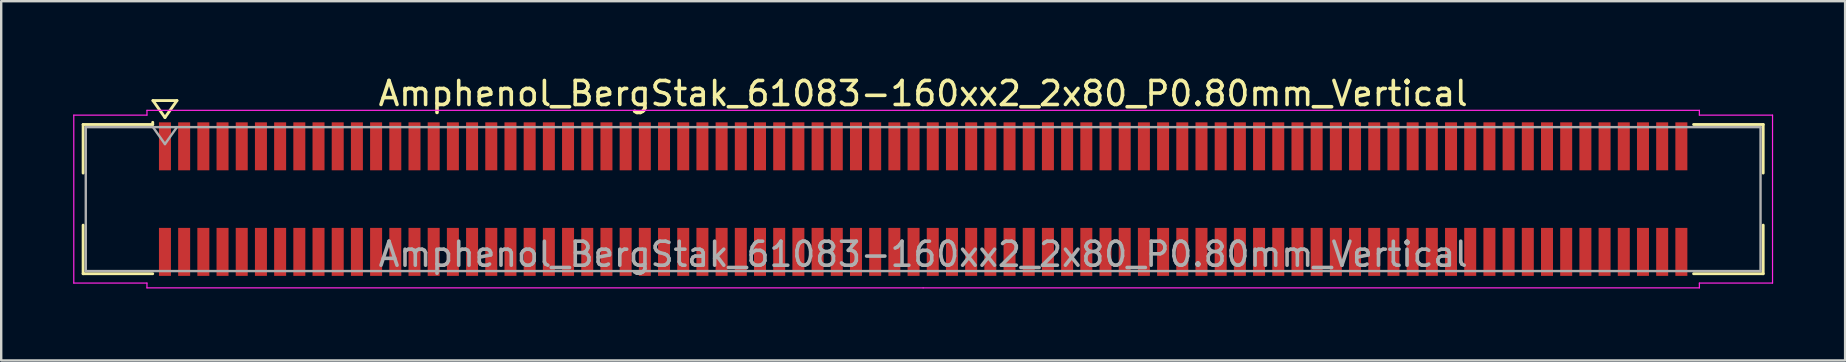
<source format=kicad_pcb>
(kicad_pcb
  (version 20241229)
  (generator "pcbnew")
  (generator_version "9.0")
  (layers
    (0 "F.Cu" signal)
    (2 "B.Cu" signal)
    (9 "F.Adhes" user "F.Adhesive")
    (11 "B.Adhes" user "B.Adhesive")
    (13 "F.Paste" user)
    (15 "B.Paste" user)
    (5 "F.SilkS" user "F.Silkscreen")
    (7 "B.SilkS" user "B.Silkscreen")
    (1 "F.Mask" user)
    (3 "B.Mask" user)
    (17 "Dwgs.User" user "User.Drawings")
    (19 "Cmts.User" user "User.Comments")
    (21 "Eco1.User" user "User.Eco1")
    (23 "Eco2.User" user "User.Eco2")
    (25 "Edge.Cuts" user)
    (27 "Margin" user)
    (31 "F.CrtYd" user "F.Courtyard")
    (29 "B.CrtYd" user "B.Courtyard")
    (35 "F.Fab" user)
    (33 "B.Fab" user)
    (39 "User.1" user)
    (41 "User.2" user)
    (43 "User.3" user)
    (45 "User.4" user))
  (footprint "Amphenol_BergStak_61083-160xx2_2x80_P0.80mm_Vertical"
    (layer "F.Cu")
    (at 35.425 5.248)
    (property "Reference" "Amphenol_BergStak_61083-160xx2_2x80_P0.80mm_Vertical" (at 0 -4.4 0) (layer "F.SilkS") (effects (font (size 1 1) (thickness 0.15))))
    (attr smd)
    (fp_line (start -35.01 -3.11) (end -32.11 -3.11) (stroke (width 0.12) (type solid)) (layer "F.SilkS"))
    (fp_line (start -35.01 -1.085) (end -35.01 -3.11) (stroke (width 0.12) (type solid)) (layer "F.SilkS"))
    (fp_line (start -35.01 1.085) (end -35.01 3.11) (stroke (width 0.12) (type solid)) (layer "F.SilkS"))
    (fp_line (start -35.01 3.11) (end -32.11 3.11) (stroke (width 0.12) (type solid)) (layer "F.SilkS"))
    (fp_line (start -32.11 -3.11) (end -32.11 -3.2) (stroke (width 0.12) (type solid)) (layer "F.SilkS"))
    (fp_line (start -32.1 -4.107) (end -31.6 -3.4) (stroke (width 0.12) (type solid)) (layer "F.SilkS"))
    (fp_line (start -31.6 -3.4) (end -31.1 -4.107) (stroke (width 0.12) (type solid)) (layer "F.SilkS"))
    (fp_line (start -31.1 -4.107) (end -32.1 -4.107) (stroke (width 0.12) (type solid)) (layer "F.SilkS"))
    (fp_line (start 35.01 -3.11) (end 32.11 -3.11) (stroke (width 0.12) (type solid)) (layer "F.SilkS"))
    (fp_line (start 35.01 -1.085) (end 35.01 -3.11) (stroke (width 0.12) (type solid)) (layer "F.SilkS"))
    (fp_line (start 35.01 1.085) (end 35.01 3.11) (stroke (width 0.12) (type solid)) (layer "F.SilkS"))
    (fp_line (start 35.01 3.11) (end 32.11 3.11) (stroke (width 0.12) (type solid)) (layer "F.SilkS"))
    (fp_line (start -35.4 -3.5) (end -35.4 3.5) (stroke (width 0.05) (type solid)) (layer "F.CrtYd"))
    (fp_line (start -35.4 3.5) (end -32.35 3.5) (stroke (width 0.05) (type solid)) (layer "F.CrtYd"))
    (fp_line (start -32.35 -3.7) (end -32.35 -3.5) (stroke (width 0.05) (type solid)) (layer "F.CrtYd"))
    (fp_line (start -32.35 -3.5) (end -35.4 -3.5) (stroke (width 0.05) (type solid)) (layer "F.CrtYd"))
    (fp_line (start -32.35 3.5) (end -32.35 3.7) (stroke (width 0.05) (type solid)) (layer "F.CrtYd"))
    (fp_line (start -32.35 3.7) (end 0 3.7) (stroke (width 0.05) (type solid)) (layer "F.CrtYd"))
    (fp_line (start 0 -3.7) (end -32.35 -3.7) (stroke (width 0.05) (type solid)) (layer "F.CrtYd"))
    (fp_line (start 0 -3.7) (end 32.35 -3.7) (stroke (width 0.05) (type solid)) (layer "F.CrtYd"))
    (fp_line (start 32.35 -3.7) (end 32.35 -3.5) (stroke (width 0.05) (type solid)) (layer "F.CrtYd"))
    (fp_line (start 32.35 -3.5) (end 35.4 -3.5) (stroke (width 0.05) (type solid)) (layer "F.CrtYd"))
    (fp_line (start 32.35 3.5) (end 32.35 3.7) (stroke (width 0.05) (type solid)) (layer "F.CrtYd"))
    (fp_line (start 32.35 3.7) (end 0 3.7) (stroke (width 0.05) (type solid)) (layer "F.CrtYd"))
    (fp_line (start 35.4 -3.5) (end 35.4 3.5) (stroke (width 0.05) (type solid)) (layer "F.CrtYd"))
    (fp_line (start 35.4 3.5) (end 32.35 3.5) (stroke (width 0.05) (type solid)) (layer "F.CrtYd"))
    (fp_line (start -34.9 -3) (end -34.9 3) (stroke (width 0.1) (type solid)) (layer "F.Fab"))
    (fp_line (start -34.9 3) (end 34.9 3) (stroke (width 0.1) (type solid)) (layer "F.Fab"))
    (fp_line (start -32.1 -3) (end -31.6 -2.293) (stroke (width 0.1) (type solid)) (layer "F.Fab"))
    (fp_line (start -31.6 -2.293) (end -31.1 -3) (stroke (width 0.1) (type solid)) (layer "F.Fab"))
    (fp_line (start 34.9 -3) (end -34.9 -3) (stroke (width 0.1) (type solid)) (layer "F.Fab"))
    (fp_line (start 34.9 3) (end 34.9 -3) (stroke (width 0.1) (type solid)) (layer "F.Fab"))
    (fp_text user "${REFERENCE}" (at 0 2.3 0) (layer "F.Fab") (effects (font (size 1 1) (thickness 0.15))))
    (pad "1" smd rect (at -31.6 -2.2) (size 0.5 2) (layers "F.Cu" "F.Mask" "F.Paste"))
    (pad "2" smd rect (at -31.6 2.2) (size 0.5 2) (layers "F.Cu" "F.Mask" "F.Paste"))
    (pad "3" smd rect (at -30.8 -2.2) (size 0.5 2) (layers "F.Cu" "F.Mask" "F.Paste"))
    (pad "4" smd rect (at -30.8 2.2) (size 0.5 2) (layers "F.Cu" "F.Mask" "F.Paste"))
    (pad "5" smd rect (at -30 -2.2) (size 0.5 2) (layers "F.Cu" "F.Mask" "F.Paste"))
    (pad "6" smd rect (at -30 2.2) (size 0.5 2) (layers "F.Cu" "F.Mask" "F.Paste"))
    (pad "7" smd rect (at -29.2 -2.2) (size 0.5 2) (layers "F.Cu" "F.Mask" "F.Paste"))
    (pad "8" smd rect (at -29.2 2.2) (size 0.5 2) (layers "F.Cu" "F.Mask" "F.Paste"))
    (pad "9" smd rect (at -28.4 -2.2) (size 0.5 2) (layers "F.Cu" "F.Mask" "F.Paste"))
    (pad "10" smd rect (at -28.4 2.2) (size 0.5 2) (layers "F.Cu" "F.Mask" "F.Paste"))
    (pad "11" smd rect (at -27.6 -2.2) (size 0.5 2) (layers "F.Cu" "F.Mask" "F.Paste"))
    (pad "12" smd rect (at -27.6 2.2) (size 0.5 2) (layers "F.Cu" "F.Mask" "F.Paste"))
    (pad "13" smd rect (at -26.8 -2.2) (size 0.5 2) (layers "F.Cu" "F.Mask" "F.Paste"))
    (pad "14" smd rect (at -26.8 2.2) (size 0.5 2) (layers "F.Cu" "F.Mask" "F.Paste"))
    (pad "15" smd rect (at -26 -2.2) (size 0.5 2) (layers "F.Cu" "F.Mask" "F.Paste"))
    (pad "16" smd rect (at -26 2.2) (size 0.5 2) (layers "F.Cu" "F.Mask" "F.Paste"))
    (pad "17" smd rect (at -25.2 -2.2) (size 0.5 2) (layers "F.Cu" "F.Mask" "F.Paste"))
    (pad "18" smd rect (at -25.2 2.2) (size 0.5 2) (layers "F.Cu" "F.Mask" "F.Paste"))
    (pad "19" smd rect (at -24.4 -2.2) (size 0.5 2) (layers "F.Cu" "F.Mask" "F.Paste"))
    (pad "20" smd rect (at -24.4 2.2) (size 0.5 2) (layers "F.Cu" "F.Mask" "F.Paste"))
    (pad "21" smd rect (at -23.6 -2.2) (size 0.5 2) (layers "F.Cu" "F.Mask" "F.Paste"))
    (pad "22" smd rect (at -23.6 2.2) (size 0.5 2) (layers "F.Cu" "F.Mask" "F.Paste"))
    (pad "23" smd rect (at -22.8 -2.2) (size 0.5 2) (layers "F.Cu" "F.Mask" "F.Paste"))
    (pad "24" smd rect (at -22.8 2.2) (size 0.5 2) (layers "F.Cu" "F.Mask" "F.Paste"))
    (pad "25" smd rect (at -22 -2.2) (size 0.5 2) (layers "F.Cu" "F.Mask" "F.Paste"))
    (pad "26" smd rect (at -22 2.2) (size 0.5 2) (layers "F.Cu" "F.Mask" "F.Paste"))
    (pad "27" smd rect (at -21.2 -2.2) (size 0.5 2) (layers "F.Cu" "F.Mask" "F.Paste"))
    (pad "28" smd rect (at -21.2 2.2) (size 0.5 2) (layers "F.Cu" "F.Mask" "F.Paste"))
    (pad "29" smd rect (at -20.4 -2.2) (size 0.5 2) (layers "F.Cu" "F.Mask" "F.Paste"))
    (pad "30" smd rect (at -20.4 2.2) (size 0.5 2) (layers "F.Cu" "F.Mask" "F.Paste"))
    (pad "31" smd rect (at -19.6 -2.2) (size 0.5 2) (layers "F.Cu" "F.Mask" "F.Paste"))
    (pad "32" smd rect (at -19.6 2.2) (size 0.5 2) (layers "F.Cu" "F.Mask" "F.Paste"))
    (pad "33" smd rect (at -18.8 -2.2) (size 0.5 2) (layers "F.Cu" "F.Mask" "F.Paste"))
    (pad "34" smd rect (at -18.8 2.2) (size 0.5 2) (layers "F.Cu" "F.Mask" "F.Paste"))
    (pad "35" smd rect (at -18 -2.2) (size 0.5 2) (layers "F.Cu" "F.Mask" "F.Paste"))
    (pad "36" smd rect (at -18 2.2) (size 0.5 2) (layers "F.Cu" "F.Mask" "F.Paste"))
    (pad "37" smd rect (at -17.2 -2.2) (size 0.5 2) (layers "F.Cu" "F.Mask" "F.Paste"))
    (pad "38" smd rect (at -17.2 2.2) (size 0.5 2) (layers "F.Cu" "F.Mask" "F.Paste"))
    (pad "39" smd rect (at -16.4 -2.2) (size 0.5 2) (layers "F.Cu" "F.Mask" "F.Paste"))
    (pad "40" smd rect (at -16.4 2.2) (size 0.5 2) (layers "F.Cu" "F.Mask" "F.Paste"))
    (pad "41" smd rect (at -15.6 -2.2) (size 0.5 2) (layers "F.Cu" "F.Mask" "F.Paste"))
    (pad "42" smd rect (at -15.6 2.2) (size 0.5 2) (layers "F.Cu" "F.Mask" "F.Paste"))
    (pad "43" smd rect (at -14.8 -2.2) (size 0.5 2) (layers "F.Cu" "F.Mask" "F.Paste"))
    (pad "44" smd rect (at -14.8 2.2) (size 0.5 2) (layers "F.Cu" "F.Mask" "F.Paste"))
    (pad "45" smd rect (at -14 -2.2) (size 0.5 2) (layers "F.Cu" "F.Mask" "F.Paste"))
    (pad "46" smd rect (at -14 2.2) (size 0.5 2) (layers "F.Cu" "F.Mask" "F.Paste"))
    (pad "47" smd rect (at -13.2 -2.2) (size 0.5 2) (layers "F.Cu" "F.Mask" "F.Paste"))
    (pad "48" smd rect (at -13.2 2.2) (size 0.5 2) (layers "F.Cu" "F.Mask" "F.Paste"))
    (pad "49" smd rect (at -12.4 -2.2) (size 0.5 2) (layers "F.Cu" "F.Mask" "F.Paste"))
    (pad "50" smd rect (at -12.4 2.2) (size 0.5 2) (layers "F.Cu" "F.Mask" "F.Paste"))
    (pad "51" smd rect (at -11.6 -2.2) (size 0.5 2) (layers "F.Cu" "F.Mask" "F.Paste"))
    (pad "52" smd rect (at -11.6 2.2) (size 0.5 2) (layers "F.Cu" "F.Mask" "F.Paste"))
    (pad "53" smd rect (at -10.8 -2.2) (size 0.5 2) (layers "F.Cu" "F.Mask" "F.Paste"))
    (pad "54" smd rect (at -10.8 2.2) (size 0.5 2) (layers "F.Cu" "F.Mask" "F.Paste"))
    (pad "55" smd rect (at -10 -2.2) (size 0.5 2) (layers "F.Cu" "F.Mask" "F.Paste"))
    (pad "56" smd rect (at -10 2.2) (size 0.5 2) (layers "F.Cu" "F.Mask" "F.Paste"))
    (pad "57" smd rect (at -9.2 -2.2) (size 0.5 2) (layers "F.Cu" "F.Mask" "F.Paste"))
    (pad "58" smd rect (at -9.2 2.2) (size 0.5 2) (layers "F.Cu" "F.Mask" "F.Paste"))
    (pad "59" smd rect (at -8.4 -2.2) (size 0.5 2) (layers "F.Cu" "F.Mask" "F.Paste"))
    (pad "60" smd rect (at -8.4 2.2) (size 0.5 2) (layers "F.Cu" "F.Mask" "F.Paste"))
    (pad "61" smd rect (at -7.6 -2.2) (size 0.5 2) (layers "F.Cu" "F.Mask" "F.Paste"))
    (pad "62" smd rect (at -7.6 2.2) (size 0.5 2) (layers "F.Cu" "F.Mask" "F.Paste"))
    (pad "63" smd rect (at -6.8 -2.2) (size 0.5 2) (layers "F.Cu" "F.Mask" "F.Paste"))
    (pad "64" smd rect (at -6.8 2.2) (size 0.5 2) (layers "F.Cu" "F.Mask" "F.Paste"))
    (pad "65" smd rect (at -6 -2.2) (size 0.5 2) (layers "F.Cu" "F.Mask" "F.Paste"))
    (pad "66" smd rect (at -6 2.2) (size 0.5 2) (layers "F.Cu" "F.Mask" "F.Paste"))
    (pad "67" smd rect (at -5.2 -2.2) (size 0.5 2) (layers "F.Cu" "F.Mask" "F.Paste"))
    (pad "68" smd rect (at -5.2 2.2) (size 0.5 2) (layers "F.Cu" "F.Mask" "F.Paste"))
    (pad "69" smd rect (at -4.4 -2.2) (size 0.5 2) (layers "F.Cu" "F.Mask" "F.Paste"))
    (pad "70" smd rect (at -4.4 2.2) (size 0.5 2) (layers "F.Cu" "F.Mask" "F.Paste"))
    (pad "71" smd rect (at -3.6 -2.2) (size 0.5 2) (layers "F.Cu" "F.Mask" "F.Paste"))
    (pad "72" smd rect (at -3.6 2.2) (size 0.5 2) (layers "F.Cu" "F.Mask" "F.Paste"))
    (pad "73" smd rect (at -2.8 -2.2) (size 0.5 2) (layers "F.Cu" "F.Mask" "F.Paste"))
    (pad "74" smd rect (at -2.8 2.2) (size 0.5 2) (layers "F.Cu" "F.Mask" "F.Paste"))
    (pad "75" smd rect (at -2 -2.2) (size 0.5 2) (layers "F.Cu" "F.Mask" "F.Paste"))
    (pad "76" smd rect (at -2 2.2) (size 0.5 2) (layers "F.Cu" "F.Mask" "F.Paste"))
    (pad "77" smd rect (at -1.2 -2.2) (size 0.5 2) (layers "F.Cu" "F.Mask" "F.Paste"))
    (pad "78" smd rect (at -1.2 2.2) (size 0.5 2) (layers "F.Cu" "F.Mask" "F.Paste"))
    (pad "79" smd rect (at -0.4 -2.2) (size 0.5 2) (layers "F.Cu" "F.Mask" "F.Paste"))
    (pad "80" smd rect (at -0.4 2.2) (size 0.5 2) (layers "F.Cu" "F.Mask" "F.Paste"))
    (pad "81" smd rect (at 0.4 -2.2) (size 0.5 2) (layers "F.Cu" "F.Mask" "F.Paste"))
    (pad "82" smd rect (at 0.4 2.2) (size 0.5 2) (layers "F.Cu" "F.Mask" "F.Paste"))
    (pad "83" smd rect (at 1.2 -2.2) (size 0.5 2) (layers "F.Cu" "F.Mask" "F.Paste"))
    (pad "84" smd rect (at 1.2 2.2) (size 0.5 2) (layers "F.Cu" "F.Mask" "F.Paste"))
    (pad "85" smd rect (at 2 -2.2) (size 0.5 2) (layers "F.Cu" "F.Mask" "F.Paste"))
    (pad "86" smd rect (at 2 2.2) (size 0.5 2) (layers "F.Cu" "F.Mask" "F.Paste"))
    (pad "87" smd rect (at 2.8 -2.2) (size 0.5 2) (layers "F.Cu" "F.Mask" "F.Paste"))
    (pad "88" smd rect (at 2.8 2.2) (size 0.5 2) (layers "F.Cu" "F.Mask" "F.Paste"))
    (pad "89" smd rect (at 3.6 -2.2) (size 0.5 2) (layers "F.Cu" "F.Mask" "F.Paste"))
    (pad "90" smd rect (at 3.6 2.2) (size 0.5 2) (layers "F.Cu" "F.Mask" "F.Paste"))
    (pad "91" smd rect (at 4.4 -2.2) (size 0.5 2) (layers "F.Cu" "F.Mask" "F.Paste"))
    (pad "92" smd rect (at 4.4 2.2) (size 0.5 2) (layers "F.Cu" "F.Mask" "F.Paste"))
    (pad "93" smd rect (at 5.2 -2.2) (size 0.5 2) (layers "F.Cu" "F.Mask" "F.Paste"))
    (pad "94" smd rect (at 5.2 2.2) (size 0.5 2) (layers "F.Cu" "F.Mask" "F.Paste"))
    (pad "95" smd rect (at 6 -2.2) (size 0.5 2) (layers "F.Cu" "F.Mask" "F.Paste"))
    (pad "96" smd rect (at 6 2.2) (size 0.5 2) (layers "F.Cu" "F.Mask" "F.Paste"))
    (pad "97" smd rect (at 6.8 -2.2) (size 0.5 2) (layers "F.Cu" "F.Mask" "F.Paste"))
    (pad "98" smd rect (at 6.8 2.2) (size 0.5 2) (layers "F.Cu" "F.Mask" "F.Paste"))
    (pad "99" smd rect (at 7.6 -2.2) (size 0.5 2) (layers "F.Cu" "F.Mask" "F.Paste"))
    (pad "100" smd rect (at 7.6 2.2) (size 0.5 2) (layers "F.Cu" "F.Mask" "F.Paste"))
    (pad "101" smd rect (at 8.4 -2.2) (size 0.5 2) (layers "F.Cu" "F.Mask" "F.Paste"))
    (pad "102" smd rect (at 8.4 2.2) (size 0.5 2) (layers "F.Cu" "F.Mask" "F.Paste"))
    (pad "103" smd rect (at 9.2 -2.2) (size 0.5 2) (layers "F.Cu" "F.Mask" "F.Paste"))
    (pad "104" smd rect (at 9.2 2.2) (size 0.5 2) (layers "F.Cu" "F.Mask" "F.Paste"))
    (pad "105" smd rect (at 10 -2.2) (size 0.5 2) (layers "F.Cu" "F.Mask" "F.Paste"))
    (pad "106" smd rect (at 10 2.2) (size 0.5 2) (layers "F.Cu" "F.Mask" "F.Paste"))
    (pad "107" smd rect (at 10.8 -2.2) (size 0.5 2) (layers "F.Cu" "F.Mask" "F.Paste"))
    (pad "108" smd rect (at 10.8 2.2) (size 0.5 2) (layers "F.Cu" "F.Mask" "F.Paste"))
    (pad "109" smd rect (at 11.6 -2.2) (size 0.5 2) (layers "F.Cu" "F.Mask" "F.Paste"))
    (pad "110" smd rect (at 11.6 2.2) (size 0.5 2) (layers "F.Cu" "F.Mask" "F.Paste"))
    (pad "111" smd rect (at 12.4 -2.2) (size 0.5 2) (layers "F.Cu" "F.Mask" "F.Paste"))
    (pad "112" smd rect (at 12.4 2.2) (size 0.5 2) (layers "F.Cu" "F.Mask" "F.Paste"))
    (pad "113" smd rect (at 13.2 -2.2) (size 0.5 2) (layers "F.Cu" "F.Mask" "F.Paste"))
    (pad "114" smd rect (at 13.2 2.2) (size 0.5 2) (layers "F.Cu" "F.Mask" "F.Paste"))
    (pad "115" smd rect (at 14 -2.2) (size 0.5 2) (layers "F.Cu" "F.Mask" "F.Paste"))
    (pad "116" smd rect (at 14 2.2) (size 0.5 2) (layers "F.Cu" "F.Mask" "F.Paste"))
    (pad "117" smd rect (at 14.8 -2.2) (size 0.5 2) (layers "F.Cu" "F.Mask" "F.Paste"))
    (pad "118" smd rect (at 14.8 2.2) (size 0.5 2) (layers "F.Cu" "F.Mask" "F.Paste"))
    (pad "119" smd rect (at 15.6 -2.2) (size 0.5 2) (layers "F.Cu" "F.Mask" "F.Paste"))
    (pad "120" smd rect (at 15.6 2.2) (size 0.5 2) (layers "F.Cu" "F.Mask" "F.Paste"))
    (pad "121" smd rect (at 16.4 -2.2) (size 0.5 2) (layers "F.Cu" "F.Mask" "F.Paste"))
    (pad "122" smd rect (at 16.4 2.2) (size 0.5 2) (layers "F.Cu" "F.Mask" "F.Paste"))
    (pad "123" smd rect (at 17.2 -2.2) (size 0.5 2) (layers "F.Cu" "F.Mask" "F.Paste"))
    (pad "124" smd rect (at 17.2 2.2) (size 0.5 2) (layers "F.Cu" "F.Mask" "F.Paste"))
    (pad "125" smd rect (at 18 -2.2) (size 0.5 2) (layers "F.Cu" "F.Mask" "F.Paste"))
    (pad "126" smd rect (at 18 2.2) (size 0.5 2) (layers "F.Cu" "F.Mask" "F.Paste"))
    (pad "127" smd rect (at 18.8 -2.2) (size 0.5 2) (layers "F.Cu" "F.Mask" "F.Paste"))
    (pad "128" smd rect (at 18.8 2.2) (size 0.5 2) (layers "F.Cu" "F.Mask" "F.Paste"))
    (pad "129" smd rect (at 19.6 -2.2) (size 0.5 2) (layers "F.Cu" "F.Mask" "F.Paste"))
    (pad "130" smd rect (at 19.6 2.2) (size 0.5 2) (layers "F.Cu" "F.Mask" "F.Paste"))
    (pad "131" smd rect (at 20.4 -2.2) (size 0.5 2) (layers "F.Cu" "F.Mask" "F.Paste"))
    (pad "132" smd rect (at 20.4 2.2) (size 0.5 2) (layers "F.Cu" "F.Mask" "F.Paste"))
    (pad "133" smd rect (at 21.2 -2.2) (size 0.5 2) (layers "F.Cu" "F.Mask" "F.Paste"))
    (pad "134" smd rect (at 21.2 2.2) (size 0.5 2) (layers "F.Cu" "F.Mask" "F.Paste"))
    (pad "135" smd rect (at 22 -2.2) (size 0.5 2) (layers "F.Cu" "F.Mask" "F.Paste"))
    (pad "136" smd rect (at 22 2.2) (size 0.5 2) (layers "F.Cu" "F.Mask" "F.Paste"))
    (pad "137" smd rect (at 22.8 -2.2) (size 0.5 2) (layers "F.Cu" "F.Mask" "F.Paste"))
    (pad "138" smd rect (at 22.8 2.2) (size 0.5 2) (layers "F.Cu" "F.Mask" "F.Paste"))
    (pad "139" smd rect (at 23.6 -2.2) (size 0.5 2) (layers "F.Cu" "F.Mask" "F.Paste"))
    (pad "140" smd rect (at 23.6 2.2) (size 0.5 2) (layers "F.Cu" "F.Mask" "F.Paste"))
    (pad "141" smd rect (at 24.4 -2.2) (size 0.5 2) (layers "F.Cu" "F.Mask" "F.Paste"))
    (pad "142" smd rect (at 24.4 2.2) (size 0.5 2) (layers "F.Cu" "F.Mask" "F.Paste"))
    (pad "143" smd rect (at 25.2 -2.2) (size 0.5 2) (layers "F.Cu" "F.Mask" "F.Paste"))
    (pad "144" smd rect (at 25.2 2.2) (size 0.5 2) (layers "F.Cu" "F.Mask" "F.Paste"))
    (pad "145" smd rect (at 26 -2.2) (size 0.5 2) (layers "F.Cu" "F.Mask" "F.Paste"))
    (pad "146" smd rect (at 26 2.2) (size 0.5 2) (layers "F.Cu" "F.Mask" "F.Paste"))
    (pad "147" smd rect (at 26.8 -2.2) (size 0.5 2) (layers "F.Cu" "F.Mask" "F.Paste"))
    (pad "148" smd rect (at 26.8 2.2) (size 0.5 2) (layers "F.Cu" "F.Mask" "F.Paste"))
    (pad "149" smd rect (at 27.6 -2.2) (size 0.5 2) (layers "F.Cu" "F.Mask" "F.Paste"))
    (pad "150" smd rect (at 27.6 2.2) (size 0.5 2) (layers "F.Cu" "F.Mask" "F.Paste"))
    (pad "151" smd rect (at 28.4 -2.2) (size 0.5 2) (layers "F.Cu" "F.Mask" "F.Paste"))
    (pad "152" smd rect (at 28.4 2.2) (size 0.5 2) (layers "F.Cu" "F.Mask" "F.Paste"))
    (pad "153" smd rect (at 29.2 -2.2) (size 0.5 2) (layers "F.Cu" "F.Mask" "F.Paste"))
    (pad "154" smd rect (at 29.2 2.2) (size 0.5 2) (layers "F.Cu" "F.Mask" "F.Paste"))
    (pad "155" smd rect (at 30 -2.2) (size 0.5 2) (layers "F.Cu" "F.Mask" "F.Paste"))
    (pad "156" smd rect (at 30 2.2) (size 0.5 2) (layers "F.Cu" "F.Mask" "F.Paste"))
    (pad "157" smd rect (at 30.8 -2.2) (size 0.5 2) (layers "F.Cu" "F.Mask" "F.Paste"))
    (pad "158" smd rect (at 30.8 2.2) (size 0.5 2) (layers "F.Cu" "F.Mask" "F.Paste"))
    (pad "159" smd rect (at 31.6 -2.2) (size 0.5 2) (layers "F.Cu" "F.Mask" "F.Paste"))
    (pad "160" smd rect (at 31.6 2.2) (size 0.5 2) (layers "F.Cu" "F.Mask" "F.Paste")))
  (gr_rect
    (start -3 -3)
    (end 73.85 11.973)
    (stroke (width 0.1) (type default))
    (fill no)
    (layer "Edge.Cuts")))
</source>
